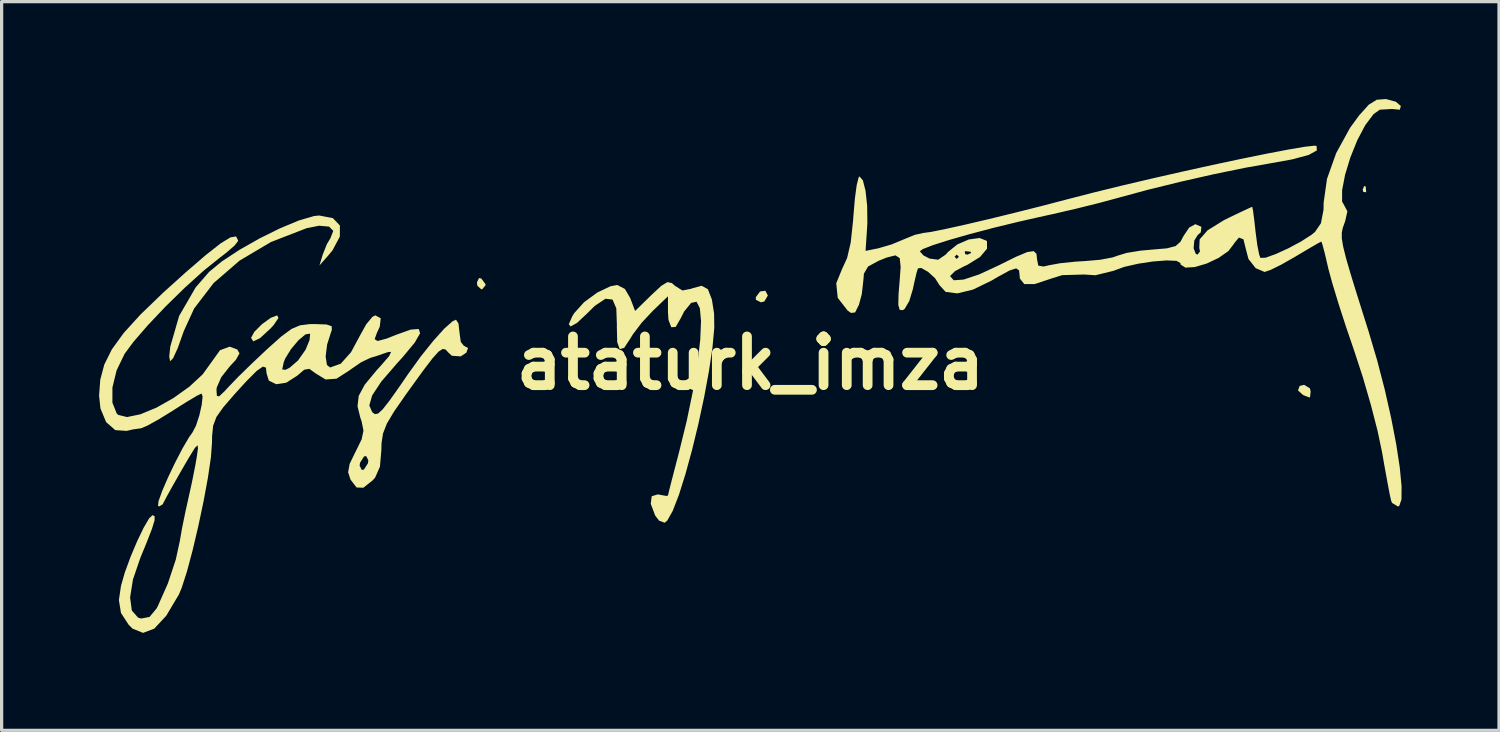
<source format=kicad_pcb>
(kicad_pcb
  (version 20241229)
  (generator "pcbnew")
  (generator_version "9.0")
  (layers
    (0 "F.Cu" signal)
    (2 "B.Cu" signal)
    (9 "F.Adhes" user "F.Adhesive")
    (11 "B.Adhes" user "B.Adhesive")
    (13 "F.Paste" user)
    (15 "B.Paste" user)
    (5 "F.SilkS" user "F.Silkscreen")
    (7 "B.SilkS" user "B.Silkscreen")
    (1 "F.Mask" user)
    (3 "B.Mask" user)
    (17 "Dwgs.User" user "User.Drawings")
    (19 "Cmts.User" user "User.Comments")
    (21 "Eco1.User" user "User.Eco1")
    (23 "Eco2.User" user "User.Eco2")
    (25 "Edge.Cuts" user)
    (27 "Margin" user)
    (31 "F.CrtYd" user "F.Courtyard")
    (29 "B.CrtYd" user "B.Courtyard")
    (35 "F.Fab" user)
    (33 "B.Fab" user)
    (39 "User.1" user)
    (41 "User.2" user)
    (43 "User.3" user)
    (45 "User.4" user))
  (footprint "ataturk_imza"
    (layer "F.Cu")
    (at 20.053 8.129)
    (property "Reference" "ataturk_imza" (at 0 0 0) (layer "F.SilkS") (effects (font (size 1.5 1.5) (thickness 0.3))))
    (attr board_only exclude_from_pos_files exclude_from_bom)
    (fp_poly (pts (xy 18.939 -5.436) (xy 18.955 -5.278) (xy 18.939 -5.258) (xy 18.859 -5.277) (xy 18.849 -5.347) (xy 18.898 -5.457)) (stroke (width 0) (type solid)) (fill yes) (layer "F.SilkS"))
    (fp_poly (pts (xy 0.535 -2.083) (xy 0.427 -1.899) (xy 0.323 -1.872) (xy 0.167 -1.949) (xy 0.164 -2.03) (xy 0.297 -2.207) (xy 0.458 -2.229)) (stroke (width 0) (type solid)) (fill yes) (layer "F.SilkS"))
    (fp_poly (pts (xy -8.288 -2.607) (xy -8.16 -2.436) (xy -8.155 -2.398) (xy -8.257 -2.276) (xy -8.288 -2.273) (xy -8.406 -2.381) (xy -8.422 -2.481) (xy -8.357 -2.619)) (stroke (width 0) (type solid)) (fill yes) (layer "F.SilkS"))
    (fp_poly (pts (xy 17.222 0.775) (xy 17.245 0.869) (xy 17.227 1.041) (xy 17.212 1.059) (xy 17.077 1.007) (xy 17.011 0.981) (xy 16.855 0.839) (xy 16.908 0.702) (xy 17.045 0.668)) (stroke (width 0) (type solid)) (fill yes) (layer "F.SilkS"))
    (fp_poly (pts (xy -14.53 -1.391) (xy -14.677 -1.174) (xy -14.772 -1.069) (xy -15.101 -0.767) (xy -15.307 -0.671) (xy -15.374 -0.779) (xy -15.274 -0.964) (xy -15.04 -1.197) (xy -14.77 -1.394) (xy -14.571 -1.471)) (stroke (width 0) (type solid)) (fill yes) (layer "F.SilkS"))
    (fp_poly (pts (xy -12.854 -4.463) (xy -12.639 -4.236) (xy -12.641 -3.896) (xy -12.867 -3.472) (xy -12.988 -3.325) (xy -13.268 -3.008) (xy -13.168 -3.342) (xy -13.038 -3.667) (xy -12.93 -3.849) (xy -12.843 -4.071) (xy -12.973 -4.203) (xy -13.282 -4.23) (xy -13.665 -4.154) (xy -14.762 -3.729) (xy -15.728 -3.156) (xy -16.528 -2.464) (xy -17.127 -1.681) (xy -17.446 -0.985) (xy -17.631 -0.463) (xy -17.774 -0.151) (xy -17.865 -0.059) (xy -17.893 -0.201) (xy -17.861 -0.509) (xy -17.588 -1.454) (xy -17.08 -2.331) (xy -16.668 -2.807) (xy -16.272 -3.133) (xy -15.731 -3.488) (xy -15.111 -3.84) (xy -14.477 -4.153) (xy -13.897 -4.394) (xy -13.436 -4.528) (xy -13.278 -4.545)) (stroke (width 0) (type solid)) (fill yes) (layer "F.SilkS"))
    (fp_poly (pts (xy -2.42 -2.465) (xy -2.321 -2.378) (xy -2.094 -2.236) (xy -1.819 -2.291) (xy -1.783 -2.307) (xy -1.501 -2.381) (xy -1.311 -2.276) (xy -1.188 -1.959) (xy -1.12 -1.527) (xy -1.114 -1.086) (xy -1.17 -0.481) (xy -1.277 0.241) (xy -1.424 1.036) (xy -1.601 1.861) (xy -1.797 2.669) (xy -2.002 3.417) (xy -2.204 4.059) (xy -2.395 4.551) (xy -2.562 4.848) (xy -2.642 4.913) (xy -2.812 4.85) (xy -2.932 4.696) (xy -3.07 4.33) (xy -3.04 4.098) (xy -2.85 4.04) (xy -2.807 4.049) (xy -2.593 4.088) (xy -2.54 4.077) (xy -2.508 3.938) (xy -2.422 3.599) (xy -2.297 3.118) (xy -2.21 2.786) (xy -1.963 1.782) (xy -1.769 0.845) (xy -1.629 0.001) (xy -1.546 -0.721) (xy -1.522 -1.295) (xy -1.559 -1.694) (xy -1.659 -1.89) (xy -1.825 -1.855) (xy -1.831 -1.849) (xy -2.041 -1.591) (xy -2.15 -1.376) (xy -2.301 -1.115) (xy -2.437 -1.105) (xy -2.524 -1.331) (xy -2.54 -1.564) (xy -2.54 -2.058) (xy -3.019 -1.597) (xy -3.35 -1.242) (xy -3.62 -0.887) (xy -3.691 -0.769) (xy -3.887 -0.471) (xy -4.026 -0.432) (xy -4.102 -0.648) (xy -4.114 -1.115) (xy -4.112 -1.165) (xy -4.13 -1.685) (xy -4.245 -1.956) (xy -4.464 -1.982) (xy -4.791 -1.764) (xy -5.026 -1.532) (xy -5.338 -1.24) (xy -5.536 -1.129) (xy -5.593 -1.197) (xy -5.484 -1.445) (xy -5.425 -1.54) (xy -5.122 -1.876) (xy -4.715 -2.174) (xy -4.308 -2.367) (xy -4.099 -2.406) (xy -3.865 -2.283) (xy -3.703 -2.006) (xy -3.552 -1.606) (xy -3.045 -2.101) (xy -2.743 -2.382) (xy -2.557 -2.494)) (stroke (width 0) (type solid)) (fill yes) (layer "F.SilkS"))
    (fp_poly (pts (xy -15.775 -3.783) (xy -15.775 -3.758) (xy -15.874 -3.628) (xy -16.129 -3.405) (xy -16.343 -3.241) (xy -16.839 -2.842) (xy -17.411 -2.325) (xy -18 -1.749) (xy -18.548 -1.171) (xy -18.998 -0.651) (xy -19.269 -0.284) (xy -19.514 0.225) (xy -19.642 0.75) (xy -19.643 1.216) (xy -19.511 1.547) (xy -19.465 1.593) (xy -19.192 1.66) (xy -18.781 1.575) (xy -18.286 1.37) (xy -17.765 1.076) (xy -17.272 0.724) (xy -16.865 0.347) (xy -16.599 -0.022) (xy -16.33 -0.397) (xy -16.033 -0.507) (xy -15.799 -0.421) (xy -15.73 -0.301) (xy -15.84 -0.104) (xy -16.033 0.104) (xy -16.292 0.434) (xy -16.431 0.751) (xy -16.439 0.825) (xy -16.426 1.007) (xy -16.358 1.024) (xy -16.186 0.861) (xy -16.054 0.718) (xy -15.769 0.422) (xy -15.364 0.026) (xy -14.922 -0.391) (xy -14.856 -0.452) (xy -14.434 -0.828) (xy -14.129 -1.052) (xy -13.868 -1.164) (xy -13.577 -1.201) (xy -13.422 -1.203) (xy -13.051 -1.19) (xy -12.892 -1.136) (xy -12.889 -1.014) (xy -12.907 -0.969) (xy -13.033 -0.573) (xy -13.078 -0.204) (xy -13.038 0.056) (xy -12.941 0.134) (xy -12.613 0.018) (xy -12.296 -0.338) (xy -12.028 -0.836) (xy -11.829 -1.195) (xy -11.639 -1.425) (xy -11.549 -1.471) (xy -11.382 -1.381) (xy -11.413 -1.119) (xy -11.502 -0.927) (xy -11.57 -0.737) (xy -11.479 -0.681) (xy -11.2 -0.756) (xy -10.916 -0.869) (xy -10.46 -1.032) (xy -10.212 -1.051) (xy -10.17 -0.919) (xy -10.336 -0.631) (xy -10.709 -0.182) (xy -10.885 0.012) (xy -11.368 0.572) (xy -11.647 0.995) (xy -11.734 1.303) (xy -11.644 1.51) (xy -11.56 1.57) (xy -11.462 1.551) (xy -11.323 1.424) (xy -11.113 1.156) (xy -10.802 0.717) (xy -10.539 0.334) (xy -10.146 -0.21) (xy -9.76 -0.691) (xy -9.421 -1.067) (xy -9.166 -1.292) (xy -9.064 -1.337) (xy -8.989 -1.221) (xy -8.957 -0.94) (xy -8.957 -0.936) (xy -8.918 -0.654) (xy -8.825 -0.535) (xy -8.823 -0.535) (xy -8.694 -0.466) (xy -8.746 -0.323) (xy -8.92 -0.208) (xy -9.192 -0.227) (xy -9.301 -0.326) (xy -9.384 -0.418) (xy -9.475 -0.437) (xy -9.602 -0.355) (xy -9.791 -0.144) (xy -10.071 0.223) (xy -10.469 0.773) (xy -10.616 0.977) (xy -10.972 1.49) (xy -11.194 1.862) (xy -11.312 2.165) (xy -11.358 2.468) (xy -11.363 2.682) (xy -11.407 3.188) (xy -11.554 3.522) (xy -11.631 3.609) (xy -11.917 3.836) (xy -12.126 3.828) (xy -12.312 3.586) (xy -12.386 3.36) (xy -12.349 3.157) (xy -12.032 3.157) (xy -11.965 3.29) (xy -11.898 3.275) (xy -11.776 3.082) (xy -11.764 2.992) (xy -11.831 2.86) (xy -11.898 2.874) (xy -12.02 3.067) (xy -12.032 3.157) (xy -12.349 3.157) (xy -12.34 3.103) (xy -12.155 2.722) (xy -12.154 2.721) (xy -11.97 2.346) (xy -11.914 2.077) (xy -11.971 1.792) (xy -12.01 1.68) (xy -12.097 1.327) (xy -12.06 1.008) (xy -11.873 0.661) (xy -11.511 0.223) (xy -11.381 0.081) (xy -11.124 -0.216) (xy -11.062 -0.348) (xy -11.163 -0.339) (xy -11.524 -0.215) (xy -11.697 -0.164) (xy -11.981 -0.03) (xy -12.313 0.198) (xy -12.343 0.222) (xy -12.744 0.479) (xy -13.08 0.503) (xy -13.393 0.312) (xy -13.579 0.176) (xy -13.738 0.203) (xy -13.958 0.39) (xy -14.289 0.602) (xy -14.602 0.649) (xy -14.828 0.537) (xy -14.897 0.314) (xy -14.91 0.195) (xy -14.415 0.195) (xy -14.315 0.206) (xy -14.185 0.141) (xy -13.929 -0.081) (xy -13.698 -0.41) (xy -13.694 -0.417) (xy -13.573 -0.713) (xy -13.556 -0.897) (xy -13.563 -0.908) (xy -13.701 -0.884) (xy -13.916 -0.703) (xy -14.144 -0.432) (xy -14.323 -0.142) (xy -14.37 -0.022) (xy -14.415 0.195) (xy -14.91 0.195) (xy -14.917 0.137) (xy -15.011 0.107) (xy -15.203 0.241) (xy -15.517 0.556) (xy -15.875 0.948) (xy -16.23 1.359) (xy -16.44 1.657) (xy -16.542 1.926) (xy -16.574 2.246) (xy -16.577 2.458) (xy -16.61 2.9) (xy -16.701 3.519) (xy -16.835 4.247) (xy -16.998 5.017) (xy -17.174 5.764) (xy -17.349 6.42) (xy -17.51 6.919) (xy -17.594 7.119) (xy -17.986 7.778) (xy -18.353 8.173) (xy -18.699 8.304) (xy -19.024 8.173) (xy -19.143 8.054) (xy -19.379 7.69) (xy -19.443 7.294) (xy -19.378 6.855) (xy -19.26 6.444) (xy -19.085 5.966) (xy -18.882 5.485) (xy -18.681 5.067) (xy -18.511 4.777) (xy -18.406 4.679) (xy -18.342 4.713) (xy -18.345 4.842) (xy -18.427 5.107) (xy -18.598 5.546) (xy -18.78 5.988) (xy -19.01 6.659) (xy -19.098 7.213) (xy -19.045 7.616) (xy -18.851 7.836) (xy -18.757 7.862) (xy -18.501 7.814) (xy -18.285 7.555) (xy -18.244 7.479) (xy -17.936 6.785) (xy -17.692 6.05) (xy -17.568 5.481) (xy -17.5 5.088) (xy -17.394 4.571) (xy -17.314 4.211) (xy -17.195 3.672) (xy -17.09 3.145) (xy -17.043 2.874) (xy -17.009 2.623) (xy -17.021 2.528) (xy -17.103 2.61) (xy -17.276 2.889) (xy -17.501 3.275) (xy -17.76 3.729) (xy -17.966 4.099) (xy -18.082 4.32) (xy -18.093 4.345) (xy -18.205 4.412) (xy -18.238 4.392) (xy -18.222 4.246) (xy -18.108 3.93) (xy -17.926 3.51) (xy -17.707 3.052) (xy -17.481 2.619) (xy -17.28 2.276) (xy -17.181 2.139) (xy -17.071 1.929) (xy -16.967 1.611) (xy -16.892 1.278) (xy -16.866 1.023) (xy -16.9 0.936) (xy -17.038 1.003) (xy -17.338 1.181) (xy -17.738 1.433) (xy -17.796 1.471) (xy -18.219 1.732) (xy -18.563 1.923) (xy -18.76 2.006) (xy -18.77 2.007) (xy -19.011 2.041) (xy -19.205 2.086) (xy -19.555 2.062) (xy -19.836 1.816) (xy -20.011 1.394) (xy -20.053 0.998) (xy -20.016 0.508) (xy -19.893 0.045) (xy -19.66 -0.423) (xy -19.295 -0.927) (xy -18.776 -1.498) (xy -18.08 -2.169) (xy -17.38 -2.8) (xy -16.761 -3.333) (xy -16.31 -3.687) (xy -16.008 -3.872) (xy -15.836 -3.9)) (stroke (width 0) (type solid)) (fill yes) (layer "F.SilkS"))
    (fp_poly (pts (xy 19.569 -8.128) (xy 19.869 -8.047) (xy 20.022 -7.915) (xy 19.989 -7.801) (xy 19.751 -7.824) (xy 19.374 -7.802) (xy 19.183 -7.667) (xy 18.925 -7.325) (xy 18.679 -6.858) (xy 18.466 -6.328) (xy 18.304 -5.796) (xy 18.214 -5.325) (xy 18.213 -4.976) (xy 18.296 -4.824) (xy 18.376 -4.675) (xy 18.309 -4.374) (xy 18.288 -4.316) (xy 18.234 -4.164) (xy 18.204 -4.018) (xy 18.204 -3.84) (xy 18.244 -3.595) (xy 18.33 -3.247) (xy 18.471 -2.76) (xy 18.675 -2.099) (xy 18.949 -1.229) (xy 19.031 -0.97) (xy 19.292 -0.087) (xy 19.525 0.809) (xy 19.722 1.681) (xy 19.879 2.493) (xy 19.988 3.207) (xy 20.044 3.787) (xy 20.041 4.196) (xy 19.972 4.397) (xy 19.932 4.412) (xy 19.754 4.305) (xy 19.725 4.244) (xy 19.681 4.048) (xy 19.606 3.653) (xy 19.51 3.124) (xy 19.444 2.745) (xy 19.307 2.093) (xy 19.101 1.292) (xy 18.854 0.44) (xy 18.592 -0.362) (xy 18.58 -0.397) (xy 18.332 -1.124) (xy 18.102 -1.834) (xy 17.914 -2.454) (xy 17.789 -2.91) (xy 17.775 -2.974) (xy 17.679 -3.384) (xy 17.605 -3.662) (xy 17.574 -3.743) (xy 17.454 -3.68) (xy 17.167 -3.513) (xy 16.775 -3.28) (xy 16.768 -3.275) (xy 16.351 -3.038) (xy 16.011 -2.869) (xy 15.826 -2.807) (xy 15.552 -2.924) (xy 15.331 -3.206) (xy 15.24 -3.552) (xy 15.177 -3.811) (xy 15.037 -3.866) (xy 14.893 -3.692) (xy 14.888 -3.679) (xy 14.713 -3.45) (xy 14.409 -3.238) (xy 14.042 -3.065) (xy 13.68 -2.958) (xy 13.391 -2.94) (xy 13.242 -3.035) (xy 13.235 -3.081) (xy 13.117 -3.149) (xy 12.812 -3.162) (xy 12.393 -3.13) (xy 11.932 -3.06) (xy 11.502 -2.962) (xy 11.177 -2.843) (xy 11.176 -2.842) (xy 10.621 -2.706) (xy 10.273 -2.728) (xy 9.597 -2.709) (xy 9.274 -2.608) (xy 8.754 -2.435) (xy 8.43 -2.433) (xy 8.294 -2.604) (xy 8.288 -2.674) (xy 8.269 -2.855) (xy 8.18 -2.917) (xy 7.976 -2.852) (xy 7.61 -2.652) (xy 7.419 -2.54) (xy 6.851 -2.264) (xy 6.368 -2.147) (xy 6.009 -2.193) (xy 5.816 -2.403) (xy 5.815 -2.406) (xy 5.683 -2.614) (xy 5.467 -2.811) (xy 5.258 -2.929) (xy 5.156 -2.918) (xy 5.111 -2.773) (xy 5.037 -2.456) (xy 5.001 -2.283) (xy 4.889 -1.913) (xy 4.748 -1.671) (xy 4.691 -1.63) (xy 4.594 -1.641) (xy 4.551 -1.791) (xy 4.559 -2.127) (xy 4.586 -2.455) (xy 4.623 -2.958) (xy 4.594 -3.233) (xy 4.463 -3.318) (xy 4.195 -3.251) (xy 3.939 -3.148) (xy 3.621 -2.974) (xy 3.492 -2.755) (xy 3.476 -2.556) (xy 3.427 -2.123) (xy 3.34 -1.799) (xy 3.222 -1.561) (xy 3.094 -1.545) (xy 2.992 -1.618) (xy 2.686 -2.01) (xy 2.641 -2.459) (xy 2.814 -2.884) (xy 2.976 -3.238) (xy 3.087 -3.719) (xy 3.159 -4.39) (xy 3.17 -4.541) (xy 3.215 -5.072) (xy 3.271 -5.484) (xy 3.329 -5.717) (xy 3.356 -5.748) (xy 3.461 -5.626) (xy 3.543 -5.303) (xy 3.592 -4.847) (xy 3.599 -4.323) (xy 3.589 -4.142) (xy 3.543 -3.456) (xy 3.932 -3.534) (xy 4.344 -3.654) (xy 4.721 -3.811) (xy 5.062 -3.95) (xy 5.33 -4.009) (xy 5.334 -4.009) (xy 5.562 -4.04) (xy 6.003 -4.129) (xy 6.612 -4.264) (xy 7.342 -4.435) (xy 8.149 -4.632) (xy 8.986 -4.843) (xy 9.759 -5.045) (xy 10.535 -5.245) (xy 11.406 -5.459) (xy 12.334 -5.677) (xy 13.283 -5.893) (xy 14.216 -6.099) (xy 15.096 -6.286) (xy 15.887 -6.447) (xy 16.552 -6.574) (xy 17.053 -6.659) (xy 17.355 -6.694) (xy 17.427 -6.687) (xy 17.436 -6.548) (xy 17.184 -6.409) (xy 16.68 -6.273) (xy 16.042 -6.158) (xy 15.239 -6.016) (xy 14.273 -5.818) (xy 13.236 -5.583) (xy 12.22 -5.333) (xy 11.32 -5.089) (xy 11.299 -5.083) (xy 10.724 -4.928) (xy 10.014 -4.752) (xy 9.297 -4.586) (xy 9.093 -4.542) (xy 8.284 -4.36) (xy 7.49 -4.167) (xy 6.753 -3.973) (xy 6.116 -3.791) (xy 5.619 -3.633) (xy 5.305 -3.511) (xy 5.214 -3.443) (xy 5.323 -3.317) (xy 5.514 -3.219) (xy 5.778 -3.183) (xy 5.913 -3.275) (xy 6.283 -3.275) (xy 6.35 -3.208) (xy 6.417 -3.275) (xy 6.35 -3.342) (xy 6.283 -3.275) (xy 5.913 -3.275) (xy 6.012 -3.343) (xy 6.083 -3.423) (xy 6.093 -3.431) (xy 6.595 -3.431) (xy 6.613 -3.352) (xy 6.684 -3.342) (xy 6.794 -3.391) (xy 6.773 -3.431) (xy 6.615 -3.447) (xy 6.595 -3.431) (xy 6.093 -3.431) (xy 6.369 -3.655) (xy 6.723 -3.807) (xy 7.054 -3.852) (xy 7.27 -3.767) (xy 7.281 -3.751) (xy 7.282 -3.523) (xy 7.067 -3.267) (xy 6.678 -3.027) (xy 6.584 -2.985) (xy 6.295 -2.831) (xy 6.152 -2.689) (xy 6.149 -2.672) (xy 6.257 -2.551) (xy 6.561 -2.572) (xy 7.038 -2.73) (xy 7.638 -3.008) (xy 8.177 -3.275) (xy 8.523 -3.42) (xy 8.718 -3.448) (xy 8.804 -3.367) (xy 8.823 -3.194) (xy 8.86 -3.002) (xy 9.022 -2.974) (xy 9.191 -3.013) (xy 9.537 -3.076) (xy 10.015 -3.125) (xy 10.299 -3.142) (xy 10.764 -3.182) (xy 11.151 -3.255) (xy 11.302 -3.308) (xy 11.575 -3.392) (xy 12.007 -3.463) (xy 12.366 -3.495) (xy 12.822 -3.534) (xy 13.088 -3.604) (xy 13.24 -3.739) (xy 13.329 -3.91) (xy 13.506 -4.173) (xy 13.696 -4.278) (xy 13.881 -4.197) (xy 13.863 -4.028) (xy 13.769 -3.944) (xy 13.663 -3.774) (xy 13.642 -3.537) (xy 13.709 -3.364) (xy 13.765 -3.342) (xy 13.839 -3.44) (xy 13.817 -3.544) (xy 13.828 -3.81) (xy 14.072 -4.088) (xy 14.562 -4.393) (xy 14.757 -4.491) (xy 15.126 -4.667) (xy 15.378 -4.784) (xy 15.447 -4.813) (xy 15.472 -4.692) (xy 15.512 -4.38) (xy 15.547 -4.063) (xy 15.602 -3.64) (xy 15.662 -3.336) (xy 15.7 -3.239) (xy 15.858 -3.246) (xy 16.169 -3.357) (xy 16.559 -3.535) (xy 16.951 -3.745) (xy 17.272 -3.952) (xy 17.378 -4.038) (xy 17.562 -4.307) (xy 17.64 -4.714) (xy 17.646 -4.948) (xy 17.748 -5.671) (xy 18.031 -6.466) (xy 18.459 -7.245) (xy 18.735 -7.623) (xy 19.034 -7.956) (xy 19.279 -8.108) (xy 19.552 -8.129)) (stroke (width 0) (type solid)) (fill yes) (layer "F.SilkS")))
  (gr_rect
    (start -3 -3)
    (end 43.097 19.433)
    (stroke (width 0.1) (type default))
    (fill no)
    (layer "Edge.Cuts")))
</source>
